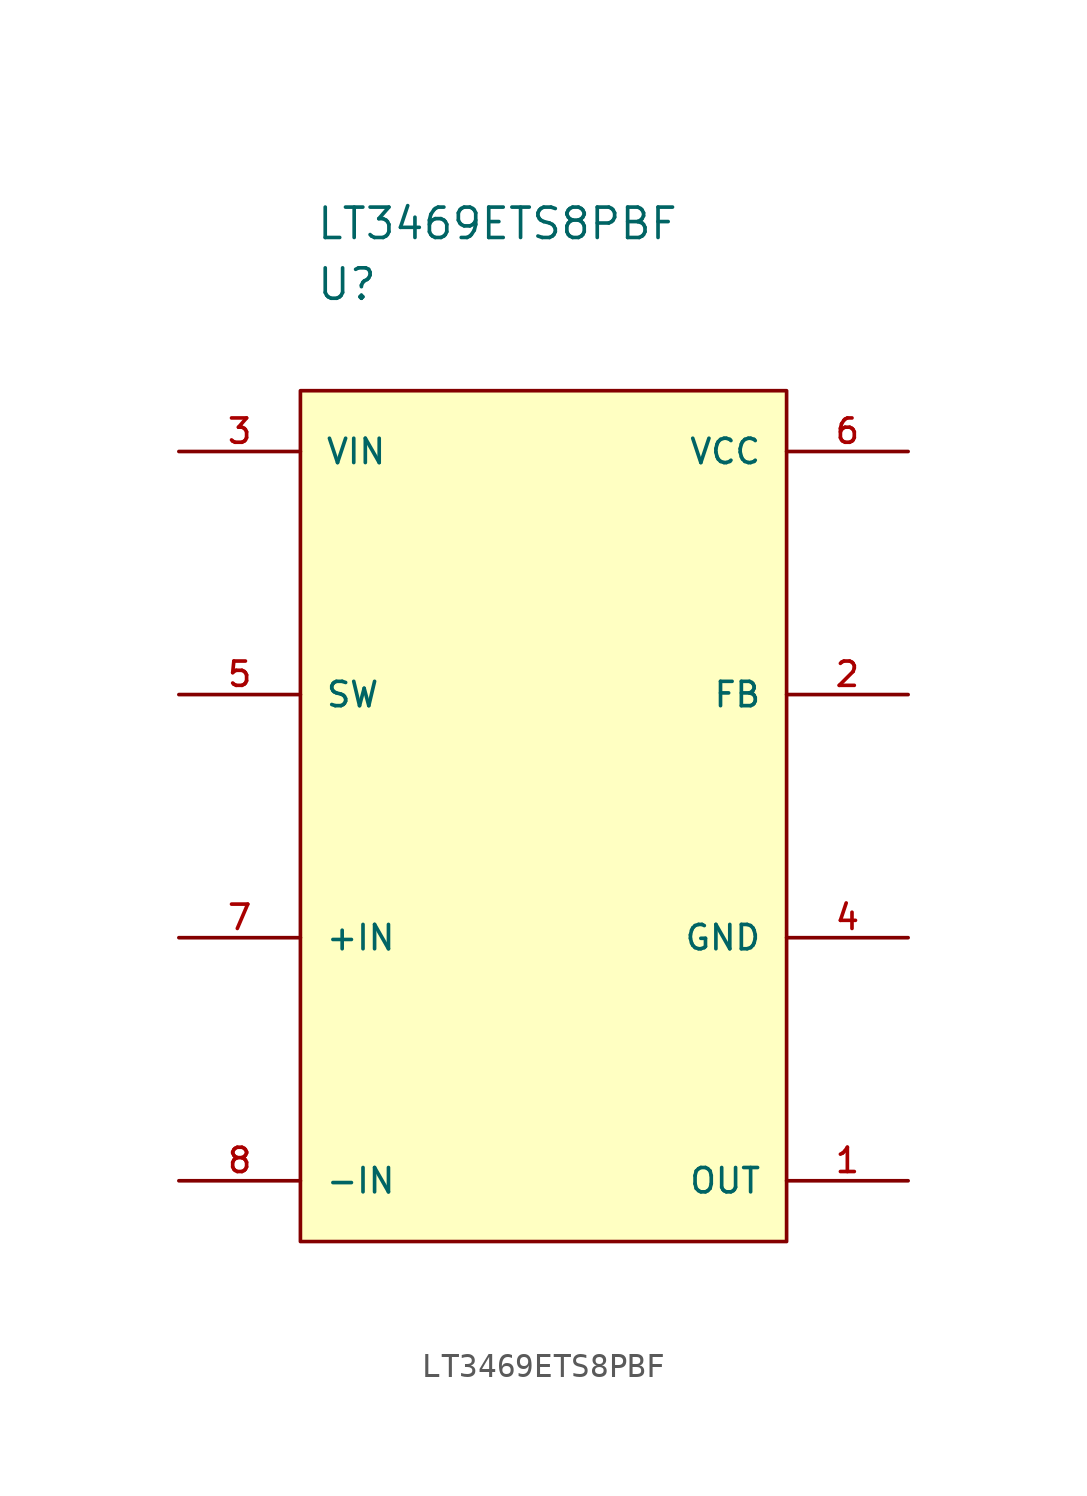
<source format=kicad_sym>
(kicad_symbol_lib
  (version 20211014)
  (generator kicad_symbol_editor)
  (symbol "LT3469ETS8PBF"
    (pin_names
      (offset 1.016))
    (property "Reference" "U"
      (at -9.525 22.86 0)
      (effects (font (size 1.27 1.27)) (justify left)))
    (property "Value" "LT3469ETS8PBF"
      (at -9.525 25.4 0)
      (effects (font (size 1.27 1.27)) (justify left)))
    (property "ki_locked" ""
      (at 0 0 0)
      (effects (font (size 1.27 1.27))))
    (symbol "LT3469ETS8PBF_0_0"
      (pin output line (at 15.24 -14.605 180) (length 5.08) (name "OUT" (effects (font (size 1.016 1.016)))) (number "1" (effects (font (size 1.016 1.016)))))
      (pin bidirectional line (at 15.24 5.715 180) (length 5.08) (name "FB" (effects (font (size 1.016 1.016)))) (number "2" (effects (font (size 1.016 1.016)))))
      (pin power_in line (at -15.24 15.875 0) (length 5.08) (name "VIN" (effects (font (size 1.016 1.016)))) (number "3" (effects (font (size 1.016 1.016)))))
      (pin input line (at 15.24 -4.445 180) (length 5.08) (name "GND" (effects (font (size 1.016 1.016)))) (number "4" (effects (font (size 1.016 1.016)))))
      (pin input line (at -15.24 5.715 0) (length 5.08) (name "SW" (effects (font (size 1.016 1.016)))) (number "5" (effects (font (size 1.016 1.016)))))
      (pin power_out line (at 15.24 15.875 180) (length 5.08) (name "VCC" (effects (font (size 1.016 1.016)))) (number "6" (effects (font (size 1.016 1.016)))))
      (pin power_in line (at -15.24 -4.445 0) (length 5.08) (name "+IN" (effects (font (size 1.016 1.016)))) (number "7" (effects (font (size 1.016 1.016)))))
      (pin power_in line (at -15.24 -14.605 0) (length 5.08) (name "-IN" (effects (font (size 1.016 1.016)))) (number "8" (effects (font (size 1.016 1.016))))))
    (symbol "LT3469ETS8PBF_1_1"
      (rectangle (start -10.16 18.415) (end 10.16 -17.145) (stroke (width 0) (type default) (color 0 0 0 0)) (fill (type background))))))
</source>
